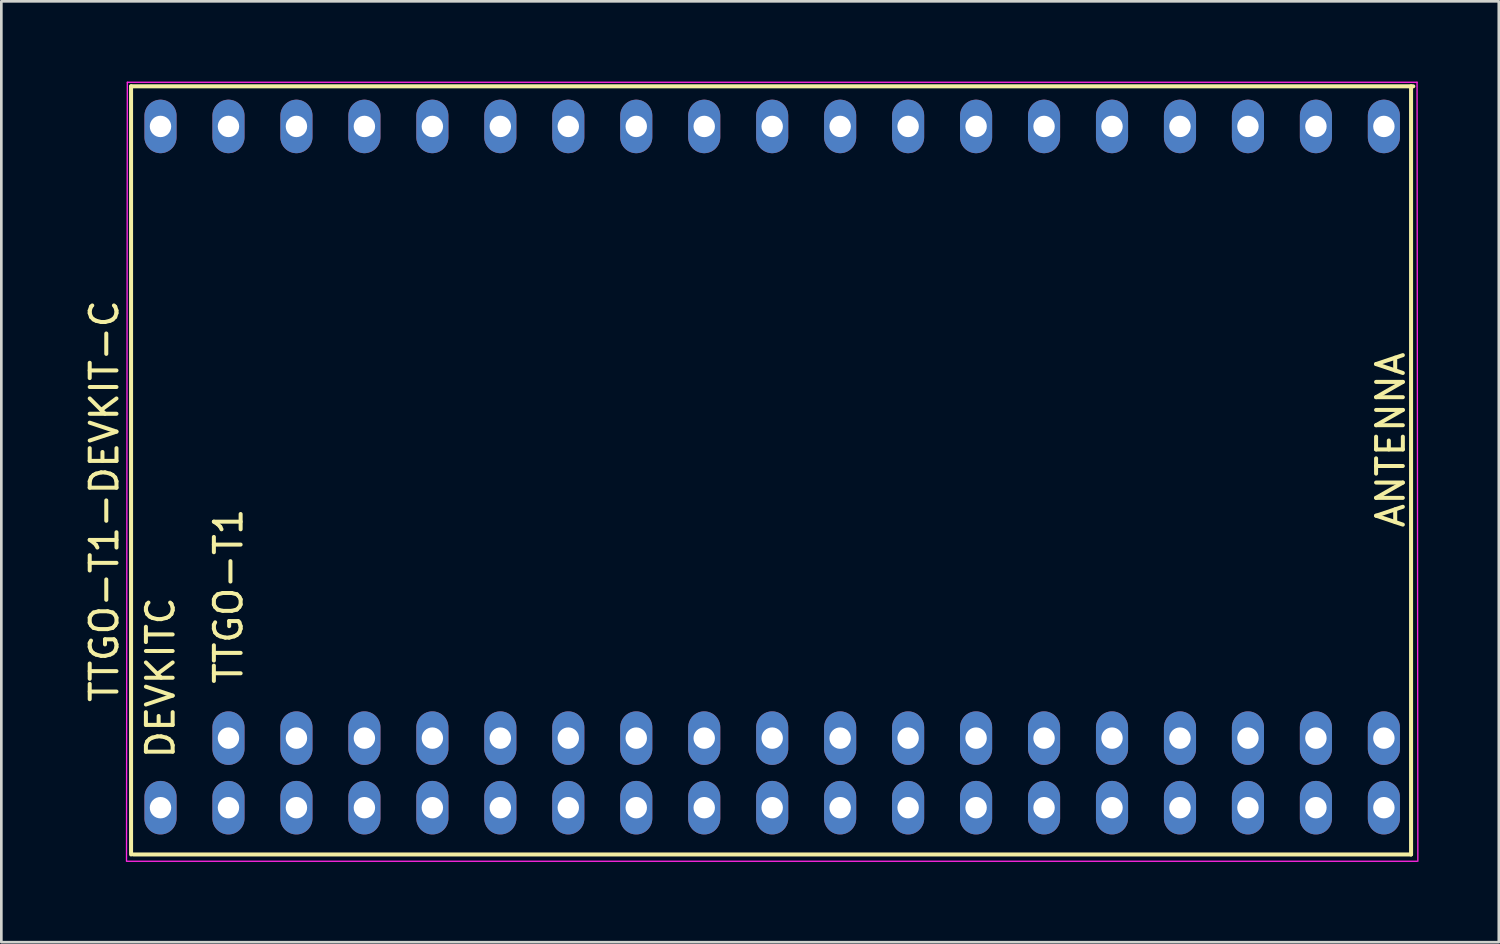
<source format=kicad_pcb>
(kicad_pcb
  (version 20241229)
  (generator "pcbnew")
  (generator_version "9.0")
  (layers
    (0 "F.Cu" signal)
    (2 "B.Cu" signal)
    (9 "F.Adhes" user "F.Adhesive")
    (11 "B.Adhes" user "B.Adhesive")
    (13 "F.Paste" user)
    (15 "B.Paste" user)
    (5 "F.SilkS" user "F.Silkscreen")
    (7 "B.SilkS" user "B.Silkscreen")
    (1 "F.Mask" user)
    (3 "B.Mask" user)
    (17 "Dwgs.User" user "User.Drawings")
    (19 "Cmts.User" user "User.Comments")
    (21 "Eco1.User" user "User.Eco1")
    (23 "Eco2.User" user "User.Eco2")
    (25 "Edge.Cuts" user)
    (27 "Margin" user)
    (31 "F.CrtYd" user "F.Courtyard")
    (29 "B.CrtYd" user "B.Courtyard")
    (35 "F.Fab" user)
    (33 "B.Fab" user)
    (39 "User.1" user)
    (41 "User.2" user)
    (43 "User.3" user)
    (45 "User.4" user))
  (footprint "TTGO-T1-DEVKIT-C"
    (layer "F.Cu")
    (at 25.808 15.675)
    (property "Reference" "TTGO-T1-DEVKIT-C" (at -24.96 0 270) (layer "F.SilkS") (effects (font (size 1 1) (thickness 0.15))))
    (attr through_hole)
    (fp_line (start -23.96 -15.5) (end -23.96 13.208) (stroke (width 0.15) (type solid)) (layer "F.SilkS"))
    (fp_line (start -23.876 13.208) (end 23.876 13.208) (stroke (width 0.15) (type solid)) (layer "F.SilkS"))
    (fp_line (start 23.876 13.208) (end 23.876 -15.5) (stroke (width 0.15) (type solid)) (layer "F.SilkS"))
    (fp_line (start 23.96 -15.5) (end -23.96 -15.5) (stroke (width 0.15) (type solid)) (layer "F.SilkS"))
    (fp_line (start -24.13 13.462) (end -24.1 -15.65) (stroke (width 0.05) (type solid)) (layer "F.CrtYd"))
    (fp_line (start -24.1 -15.65) (end 24.1 -15.65) (stroke (width 0.05) (type solid)) (layer "F.CrtYd"))
    (fp_line (start 24.1 -15.65) (end 24.13 13.462) (stroke (width 0.05) (type solid)) (layer "F.CrtYd"))
    (fp_line (start 24.1 13.462) (end -24.1 13.462) (stroke (width 0.05) (type solid)) (layer "F.CrtYd"))
    (fp_text user "TTGO-T1" (at -20.32 3.556 270) (layer "F.SilkS") (effects (font (size 1 1) (thickness 0.15))))
    (fp_text user "ANTENNA" (at 23.114 -2.286 270) (layer "F.SilkS") (effects (font (size 1 1) (thickness 0.15))))
    (fp_text user "DEVKITC" (at -22.86 6.604 270) (layer "F.SilkS") (effects (font (size 1 1) (thickness 0.15))))
    (pad "0" thru_hole oval (at -10.16 8.86) (size 1.2 2) (drill 0.8) (layers "*.Cu" "*.Mask"))
    (pad "0" thru_hole oval (at -10.16 11.46) (size 1.2 2) (drill 0.8) (layers "*.Cu" "*.Mask"))
    (pad "1" thru_hole oval (at 15.24 8.86) (size 1.2 2) (drill 0.8) (layers "*.Cu" "*.Mask"))
    (pad "1" thru_hole oval (at 15.24 11.46) (size 1.2 2) (drill 0.8) (layers "*.Cu" "*.Mask"))
    (pad "2" thru_hole oval (at -12.7 8.86) (size 1.2 2) (drill 0.8) (layers "*.Cu" "*.Mask"))
    (pad "2" thru_hole oval (at -12.7 11.46) (size 1.2 2) (drill 0.8) (layers "*.Cu" "*.Mask"))
    (pad "3" thru_hole oval (at 12.7 8.86) (size 1.2 2) (drill 0.8) (layers "*.Cu" "*.Mask"))
    (pad "3" thru_hole oval (at 12.7 11.46) (size 1.2 2) (drill 0.8) (layers "*.Cu" "*.Mask"))
    (pad "3v3" thru_hole oval (at 22.86 -14) (size 1.2 2) (drill 0.8) (layers "*.Cu" "*.Mask"))
    (pad "4" thru_hole oval (at -7.62 8.86) (size 1.2 2) (drill 0.8) (layers "*.Cu" "*.Mask"))
    (pad "4" thru_hole oval (at -7.62 11.46) (size 1.2 2) (drill 0.8) (layers "*.Cu" "*.Mask"))
    (pad "5" thru_hole oval (at 0 8.86) (size 1.2 2) (drill 0.8) (layers "*.Cu" "*.Mask"))
    (pad "5" thru_hole oval (at 0 11.46) (size 1.2 2) (drill 0.8) (layers "*.Cu" "*.Mask"))
    (pad "5V" thru_hole oval (at -22.86 -14) (size 1.2 2) (drill 0.8) (layers "*.Cu" "*.Mask"))
    (pad "5V" thru_hole oval (at 7.62 8.86) (size 1.2 2) (drill 0.8) (layers "*.Cu" "*.Mask"))
    (pad "6" thru_hole oval (at -22.86 11.46) (size 1.2 2) (drill 0.8) (layers "*.Cu" "*.Mask"))
    (pad "7" thru_hole oval (at -20.32 8.86) (size 1.2 2) (drill 0.8) (layers "*.Cu" "*.Mask"))
    (pad "7" thru_hole oval (at -20.32 11.46) (size 1.2 2) (drill 0.8) (layers "*.Cu" "*.Mask"))
    (pad "8" thru_hole oval (at -17.78 8.86) (size 1.2 2) (drill 0.8) (layers "*.Cu" "*.Mask"))
    (pad "8" thru_hole oval (at -17.78 11.46) (size 1.2 2) (drill 0.8) (layers "*.Cu" "*.Mask"))
    (pad "9" thru_hole oval (at -15.24 -14) (size 1.2 2) (drill 0.8) (layers "*.Cu" "*.Mask"))
    (pad "10" thru_hole oval (at -17.78 -14) (size 1.2 2) (drill 0.8) (layers "*.Cu" "*.Mask"))
    (pad "11" thru_hole oval (at -20.32 -14) (size 1.2 2) (drill 0.8) (layers "*.Cu" "*.Mask"))
    (pad "12" thru_hole oval (at -7.62 -14) (size 1.2 2) (drill 0.8) (layers "*.Cu" "*.Mask"))
    (pad "13" thru_hole oval (at -12.7 -14) (size 1.2 2) (drill 0.8) (layers "*.Cu" "*.Mask"))
    (pad "14" thru_hole oval (at -5.08 -14) (size 1.2 2) (drill 0.8) (layers "*.Cu" "*.Mask"))
    (pad "15" thru_hole oval (at -15.24 8.86) (size 1.2 2) (drill 0.8) (layers "*.Cu" "*.Mask"))
    (pad "15" thru_hole oval (at -15.24 11.46) (size 1.2 2) (drill 0.8) (layers "*.Cu" "*.Mask"))
    (pad "16" thru_hole oval (at -5.08 8.86) (size 1.2 2) (drill 0.8) (layers "*.Cu" "*.Mask"))
    (pad "16" thru_hole oval (at -5.08 11.46) (size 1.2 2) (drill 0.8) (layers "*.Cu" "*.Mask"))
    (pad "17" thru_hole oval (at -2.54 8.86) (size 1.2 2) (drill 0.8) (layers "*.Cu" "*.Mask"))
    (pad "17" thru_hole oval (at -2.54 11.46) (size 1.2 2) (drill 0.8) (layers "*.Cu" "*.Mask"))
    (pad "18" thru_hole oval (at 2.54 8.86) (size 1.2 2) (drill 0.8) (layers "*.Cu" "*.Mask"))
    (pad "18" thru_hole oval (at 2.54 11.46) (size 1.2 2) (drill 0.8) (layers "*.Cu" "*.Mask"))
    (pad "19" thru_hole oval (at 5.08 8.86) (size 1.2 2) (drill 0.8) (layers "*.Cu" "*.Mask"))
    (pad "19" thru_hole oval (at 5.08 11.46) (size 1.2 2) (drill 0.8) (layers "*.Cu" "*.Mask"))
    (pad "21" thru_hole oval (at 10.16 8.86) (size 1.2 2) (drill 0.8) (layers "*.Cu" "*.Mask"))
    (pad "21" thru_hole oval (at 10.16 11.46) (size 1.2 2) (drill 0.8) (layers "*.Cu" "*.Mask"))
    (pad "22" thru_hole oval (at 17.78 8.86) (size 1.2 2) (drill 0.8) (layers "*.Cu" "*.Mask"))
    (pad "22" thru_hole oval (at 17.78 11.46) (size 1.2 2) (drill 0.8) (layers "*.Cu" "*.Mask"))
    (pad "23" thru_hole oval (at 20.32 8.86) (size 1.2 2) (drill 0.8) (layers "*.Cu" "*.Mask"))
    (pad "23" thru_hole oval (at 20.32 11.46) (size 1.2 2) (drill 0.8) (layers "*.Cu" "*.Mask"))
    (pad "25" thru_hole oval (at 2.54 -14) (size 1.2 2) (drill 0.8) (layers "*.Cu" "*.Mask"))
    (pad "26" thru_hole oval (at 0 -14) (size 1.2 2) (drill 0.8) (layers "*.Cu" "*.Mask"))
    (pad "27" thru_hole oval (at -2.54 -14) (size 1.2 2) (drill 0.8) (layers "*.Cu" "*.Mask"))
    (pad "32" thru_hole oval (at 7.62 -14) (size 1.2 2) (drill 0.8) (layers "*.Cu" "*.Mask"))
    (pad "33" thru_hole oval (at 5.08 -14) (size 1.2 2) (drill 0.8) (layers "*.Cu" "*.Mask"))
    (pad "34" thru_hole oval (at 12.7 -14) (size 1.2 2) (drill 0.8) (layers "*.Cu" "*.Mask"))
    (pad "35" thru_hole oval (at 10.16 -14) (size 1.2 2) (drill 0.8) (layers "*.Cu" "*.Mask"))
    (pad "36" thru_hole oval (at 17.78 -14) (size 1.2 2) (drill 0.8) (layers "*.Cu" "*.Mask"))
    (pad "39" thru_hole oval (at 15.24 -14) (size 1.2 2) (drill 0.8) (layers "*.Cu" "*.Mask"))
    (pad "EN" thru_hole oval (at 20.32 -14) (size 1.2 2) (drill 0.8) (layers "*.Cu" "*.Mask"))
    (pad "GND" thru_hole oval (at -10.16 -14) (size 1.2 2) (drill 0.8) (layers "*.Cu" "*.Mask"))
    (pad "GND" thru_hole oval (at 7.62 11.46) (size 1.2 2) (drill 0.8) (layers "*.Cu" "*.Mask"))
    (pad "GND" thru_hole oval (at 22.86 8.86) (size 1.2 2) (drill 0.8) (layers "*.Cu" "*.Mask"))
    (pad "GND" thru_hole oval (at 22.86 11.46) (size 1.2 2) (drill 0.8) (layers "*.Cu" "*.Mask")))
  (gr_rect
    (start -3 -3)
    (end 52.963 32.162)
    (stroke (width 0.1) (type default))
    (fill no)
    (layer "Edge.Cuts")))
</source>
